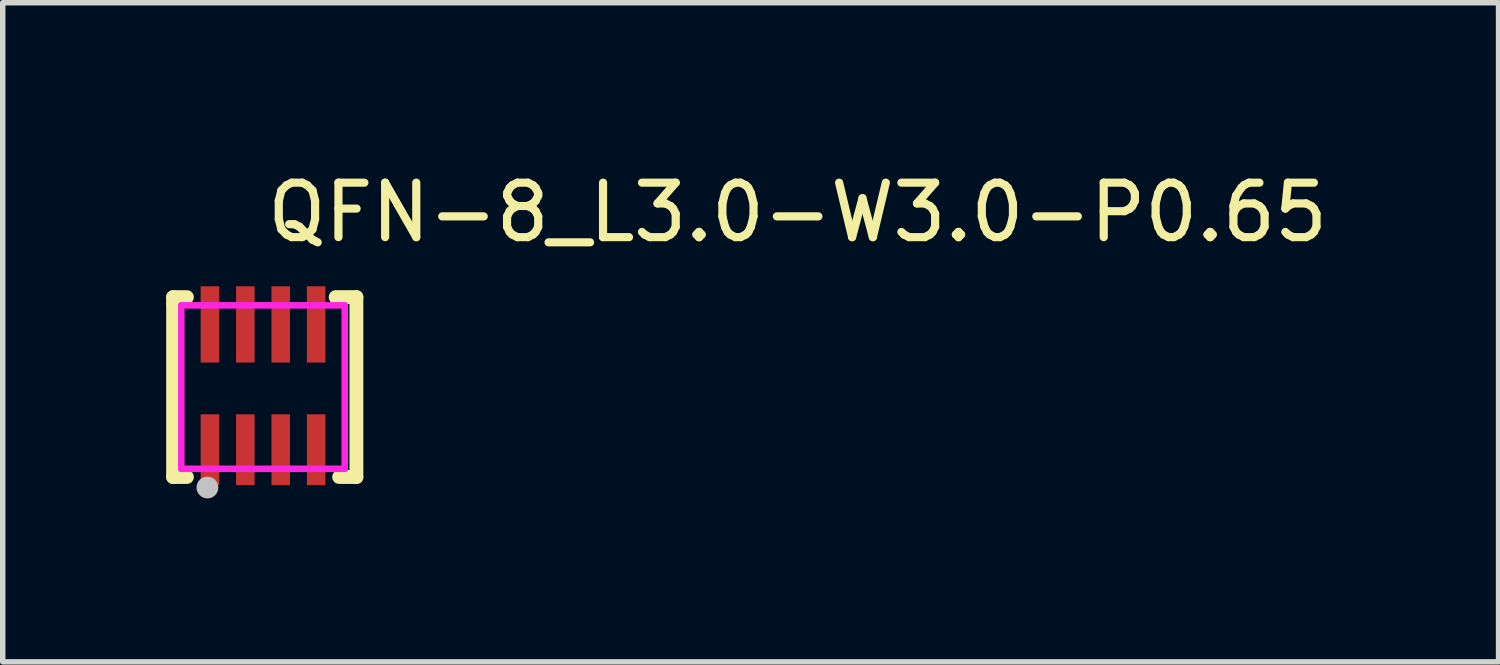
<source format=kicad_pcb>
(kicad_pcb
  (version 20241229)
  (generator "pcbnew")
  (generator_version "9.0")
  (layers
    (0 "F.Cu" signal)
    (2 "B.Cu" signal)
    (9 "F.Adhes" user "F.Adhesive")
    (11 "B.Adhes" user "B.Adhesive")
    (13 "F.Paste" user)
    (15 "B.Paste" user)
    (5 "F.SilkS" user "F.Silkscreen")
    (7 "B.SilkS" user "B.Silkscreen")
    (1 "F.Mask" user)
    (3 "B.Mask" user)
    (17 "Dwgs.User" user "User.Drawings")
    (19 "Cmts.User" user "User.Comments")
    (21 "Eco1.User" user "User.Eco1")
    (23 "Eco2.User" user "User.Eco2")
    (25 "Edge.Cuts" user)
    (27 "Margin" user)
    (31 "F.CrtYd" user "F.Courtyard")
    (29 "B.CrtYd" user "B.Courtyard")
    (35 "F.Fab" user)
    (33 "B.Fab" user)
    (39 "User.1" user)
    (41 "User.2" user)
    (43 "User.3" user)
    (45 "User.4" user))
  (footprint "QFN-8_L3.0-W3.0-P0.65"
    (layer "F.Cu")
    (at 1.778 4.055)
    (property "Reference" "QFN-8_L3.0-W3.0-P0.65" (at 0 -3.207 0) (layer "F.SilkS") (effects (font (size 1 1) (thickness 0.15)) (justify left)))
    (attr through_hole)
    (fp_line (start -1.651 -1.651) (end -1.397 -1.651) (stroke (width 0.254) (type solid)) (layer "F.SilkS"))
    (fp_line (start -1.651 -1.524) (end -1.651 -1.651) (stroke (width 0.254) (type solid)) (layer "F.SilkS"))
    (fp_line (start -1.651 -1.524) (end -1.651 1.651) (stroke (width 0.254) (type solid)) (layer "F.SilkS"))
    (fp_line (start -1.651 1.651) (end -1.397 1.651) (stroke (width 0.254) (type solid)) (layer "F.SilkS"))
    (fp_line (start 1.333 -1.651) (end 1.714 -1.651) (stroke (width 0.254) (type solid)) (layer "F.SilkS"))
    (fp_line (start 1.714 -1.651) (end 1.714 1.651) (stroke (width 0.254) (type solid)) (layer "F.SilkS"))
    (fp_line (start 1.714 1.651) (end 1.397 1.651) (stroke (width 0.254) (type solid)) (layer "F.SilkS"))
    (fp_circle (center -1.021 1.844) (end -0.921 1.844) (stroke (width 0.2) (type solid)) (fill no) (layer "Dwgs.User"))
    (fp_circle (center -1.5 1.5) (end -1.47 1.5) (stroke (width 0.06) (type solid)) (fill no) (layer "Eco2.User"))
    (fp_poly (pts (xy -1.125 0.5) (xy -0.825 0.5) (xy -0.825 1.5) (xy -1.125 1.5)) (stroke (width 0.12) (type solid)) (fill no) (layer "Eco2.User"))
    (fp_poly (pts (xy -0.825 -0.45) (xy -1.125 -0.45) (xy -1.125 -1.525) (xy -0.825 -1.525)) (stroke (width 0.12) (type solid)) (fill no) (layer "Eco2.User"))
    (fp_poly (pts (xy -0.475 0.5) (xy -0.175 0.5) (xy -0.175 1.5) (xy -0.475 1.5)) (stroke (width 0.12) (type solid)) (fill no) (layer "Eco2.User"))
    (fp_poly (pts (xy -0.175 -0.45) (xy -0.475 -0.45) (xy -0.475 -1.525) (xy -0.175 -1.525)) (stroke (width 0.12) (type solid)) (fill no) (layer "Eco2.User"))
    (fp_poly (pts (xy 0.175 0.5) (xy 0.475 0.5) (xy 0.475 1.5) (xy 0.175 1.5)) (stroke (width 0.12) (type solid)) (fill no) (layer "Eco2.User"))
    (fp_poly (pts (xy 0.475 -0.45) (xy 0.175 -0.45) (xy 0.175 -1.525) (xy 0.475 -1.525)) (stroke (width 0.12) (type solid)) (fill no) (layer "Eco2.User"))
    (fp_poly (pts (xy 0.825 0.5) (xy 1.125 0.5) (xy 1.125 1.5) (xy 0.825 1.5)) (stroke (width 0.12) (type solid)) (fill no) (layer "Eco2.User"))
    (fp_poly (pts (xy 1.125 -0.45) (xy 0.825 -0.45) (xy 0.825 -1.525) (xy 1.125 -1.525)) (stroke (width 0.12) (type solid)) (fill no) (layer "Eco2.User"))
    (fp_line (start -1.5 -1.5) (end 1.5 -1.5) (stroke (width 0.12) (type solid)) (layer "F.CrtYd"))
    (fp_line (start -1.5 1.5) (end -1.5 -1.5) (stroke (width 0.12) (type solid)) (layer "F.CrtYd"))
    (fp_line (start 1.5 -1.5) (end 1.5 1.5) (stroke (width 0.12) (type solid)) (layer "F.CrtYd"))
    (fp_line (start 1.5 1.5) (end -1.5 1.5) (stroke (width 0.12) (type solid)) (layer "F.CrtYd"))
    (pad "1" smd rect (at -0.975 1.15) (size 0.34 1.3) (layers "F.Cu" "F.Mask" "F.Paste"))
    (pad "2" smd rect (at -0.325 1.15) (size 0.34 1.3) (layers "F.Cu" "F.Mask" "F.Paste"))
    (pad "3" smd rect (at 0.325 1.15) (size 0.34 1.3) (layers "F.Cu" "F.Mask" "F.Paste"))
    (pad "4" smd rect (at 0.975 1.15) (size 0.34 1.3) (layers "F.Cu" "F.Mask" "F.Paste"))
    (pad "5" smd rect (at 0.975 -1.15) (size 0.34 1.4) (layers "F.Cu" "F.Mask" "F.Paste"))
    (pad "6" smd rect (at 0.325 -1.15) (size 0.34 1.4) (layers "F.Cu" "F.Mask" "F.Paste"))
    (pad "7" smd rect (at -0.325 -1.15) (size 0.34 1.4) (layers "F.Cu" "F.Mask" "F.Paste"))
    (pad "8" smd rect (at -0.975 -1.15) (size 0.34 1.4) (layers "F.Cu" "F.Mask" "F.Paste")))
  (gr_rect
    (start -3 -3)
    (end 24.457 9.099)
    (stroke (width 0.1) (type default))
    (fill no)
    (layer "Edge.Cuts")))
</source>
